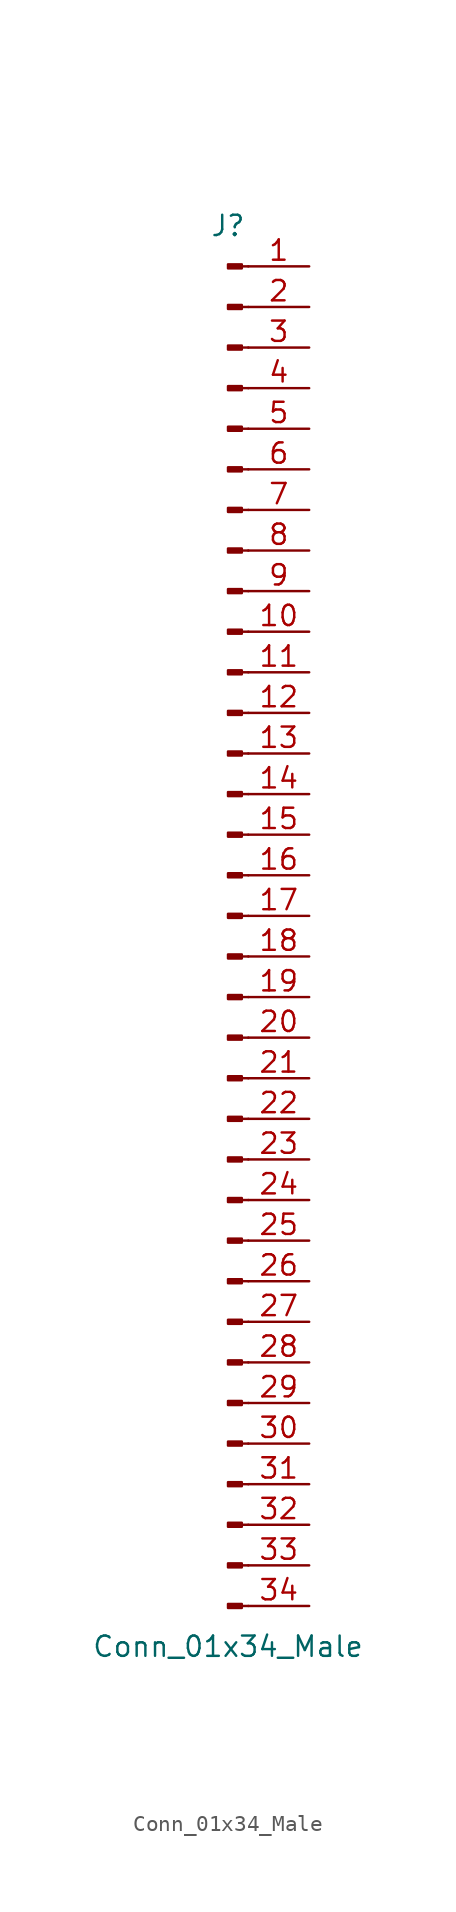
<source format=kicad_sym>
(kicad_symbol_lib
  (version 20220914)
  (generator kicad_symbol_editor)
  (symbol "Conn_01x34_Male"
    (pin_names
      (offset 1.016) hide)
    (property "Reference" "J"
      (at 0 43.18 0)
      (effects (font (size 1.27 1.27))))
    (property "Value" "Conn_01x34_Male"
      (at 0 -45.72 0)
      (effects (font (size 1.27 1.27))))
    (symbol "Conn_01x34_Male_1_1"
      (polyline (pts (xy 1.27 -43.18) (xy 0.864 -43.18)) (stroke (width 0.152) (type solid)) (fill (type none)))
      (polyline (pts (xy 1.27 -40.64) (xy 0.864 -40.64)) (stroke (width 0.152) (type solid)) (fill (type none)))
      (polyline (pts (xy 1.27 -38.1) (xy 0.864 -38.1)) (stroke (width 0.152) (type solid)) (fill (type none)))
      (polyline (pts (xy 1.27 -35.56) (xy 0.864 -35.56)) (stroke (width 0.152) (type solid)) (fill (type none)))
      (polyline (pts (xy 1.27 -33.02) (xy 0.864 -33.02)) (stroke (width 0.152) (type solid)) (fill (type none)))
      (polyline (pts (xy 1.27 -30.48) (xy 0.864 -30.48)) (stroke (width 0.152) (type solid)) (fill (type none)))
      (polyline (pts (xy 1.27 -27.94) (xy 0.864 -27.94)) (stroke (width 0.152) (type solid)) (fill (type none)))
      (polyline (pts (xy 1.27 -25.4) (xy 0.864 -25.4)) (stroke (width 0.152) (type solid)) (fill (type none)))
      (polyline (pts (xy 1.27 -22.86) (xy 0.864 -22.86)) (stroke (width 0.152) (type solid)) (fill (type none)))
      (polyline (pts (xy 1.27 -20.32) (xy 0.864 -20.32)) (stroke (width 0.152) (type solid)) (fill (type none)))
      (polyline (pts (xy 1.27 -17.78) (xy 0.864 -17.78)) (stroke (width 0.152) (type solid)) (fill (type none)))
      (polyline (pts (xy 1.27 -15.24) (xy 0.864 -15.24)) (stroke (width 0.152) (type solid)) (fill (type none)))
      (polyline (pts (xy 1.27 -12.7) (xy 0.864 -12.7)) (stroke (width 0.152) (type solid)) (fill (type none)))
      (polyline (pts (xy 1.27 -10.16) (xy 0.864 -10.16)) (stroke (width 0.152) (type solid)) (fill (type none)))
      (polyline (pts (xy 1.27 -7.62) (xy 0.864 -7.62)) (stroke (width 0.152) (type solid)) (fill (type none)))
      (polyline (pts (xy 1.27 -5.08) (xy 0.864 -5.08)) (stroke (width 0.152) (type solid)) (fill (type none)))
      (polyline (pts (xy 1.27 -2.54) (xy 0.864 -2.54)) (stroke (width 0.152) (type solid)) (fill (type none)))
      (polyline (pts (xy 1.27 0) (xy 0.864 0)) (stroke (width 0.152) (type solid)) (fill (type none)))
      (polyline (pts (xy 1.27 2.54) (xy 0.864 2.54)) (stroke (width 0.152) (type solid)) (fill (type none)))
      (polyline (pts (xy 1.27 5.08) (xy 0.864 5.08)) (stroke (width 0.152) (type solid)) (fill (type none)))
      (polyline (pts (xy 1.27 7.62) (xy 0.864 7.62)) (stroke (width 0.152) (type solid)) (fill (type none)))
      (polyline (pts (xy 1.27 10.16) (xy 0.864 10.16)) (stroke (width 0.152) (type solid)) (fill (type none)))
      (polyline (pts (xy 1.27 12.7) (xy 0.864 12.7)) (stroke (width 0.152) (type solid)) (fill (type none)))
      (polyline (pts (xy 1.27 15.24) (xy 0.864 15.24)) (stroke (width 0.152) (type solid)) (fill (type none)))
      (polyline (pts (xy 1.27 17.78) (xy 0.864 17.78)) (stroke (width 0.152) (type solid)) (fill (type none)))
      (polyline (pts (xy 1.27 20.32) (xy 0.864 20.32)) (stroke (width 0.152) (type solid)) (fill (type none)))
      (polyline (pts (xy 1.27 22.86) (xy 0.864 22.86)) (stroke (width 0.152) (type solid)) (fill (type none)))
      (polyline (pts (xy 1.27 25.4) (xy 0.864 25.4)) (stroke (width 0.152) (type solid)) (fill (type none)))
      (polyline (pts (xy 1.27 27.94) (xy 0.864 27.94)) (stroke (width 0.152) (type solid)) (fill (type none)))
      (polyline (pts (xy 1.27 30.48) (xy 0.864 30.48)) (stroke (width 0.152) (type solid)) (fill (type none)))
      (polyline (pts (xy 1.27 33.02) (xy 0.864 33.02)) (stroke (width 0.152) (type solid)) (fill (type none)))
      (polyline (pts (xy 1.27 35.56) (xy 0.864 35.56)) (stroke (width 0.152) (type solid)) (fill (type none)))
      (polyline (pts (xy 1.27 38.1) (xy 0.864 38.1)) (stroke (width 0.152) (type solid)) (fill (type none)))
      (polyline (pts (xy 1.27 40.64) (xy 0.864 40.64)) (stroke (width 0.152) (type solid)) (fill (type none)))
      (rectangle (start 0.864 -43.053) (end 0 -43.307) (stroke (width 0.152) (type solid)) (fill (type outline)))
      (rectangle (start 0.864 -40.513) (end 0 -40.767) (stroke (width 0.152) (type solid)) (fill (type outline)))
      (rectangle (start 0.864 -37.973) (end 0 -38.227) (stroke (width 0.152) (type solid)) (fill (type outline)))
      (rectangle (start 0.864 -35.433) (end 0 -35.687) (stroke (width 0.152) (type solid)) (fill (type outline)))
      (rectangle (start 0.864 -32.893) (end 0 -33.147) (stroke (width 0.152) (type solid)) (fill (type outline)))
      (rectangle (start 0.864 -30.353) (end 0 -30.607) (stroke (width 0.152) (type solid)) (fill (type outline)))
      (rectangle (start 0.864 -27.813) (end 0 -28.067) (stroke (width 0.152) (type solid)) (fill (type outline)))
      (rectangle (start 0.864 -25.273) (end 0 -25.527) (stroke (width 0.152) (type solid)) (fill (type outline)))
      (rectangle (start 0.864 -22.733) (end 0 -22.987) (stroke (width 0.152) (type solid)) (fill (type outline)))
      (rectangle (start 0.864 -20.193) (end 0 -20.447) (stroke (width 0.152) (type solid)) (fill (type outline)))
      (rectangle (start 0.864 -17.653) (end 0 -17.907) (stroke (width 0.152) (type solid)) (fill (type outline)))
      (rectangle (start 0.864 -15.113) (end 0 -15.367) (stroke (width 0.152) (type solid)) (fill (type outline)))
      (rectangle (start 0.864 -12.573) (end 0 -12.827) (stroke (width 0.152) (type solid)) (fill (type outline)))
      (rectangle (start 0.864 -10.033) (end 0 -10.287) (stroke (width 0.152) (type solid)) (fill (type outline)))
      (rectangle (start 0.864 -7.493) (end 0 -7.747) (stroke (width 0.152) (type solid)) (fill (type outline)))
      (rectangle (start 0.864 -4.953) (end 0 -5.207) (stroke (width 0.152) (type solid)) (fill (type outline)))
      (rectangle (start 0.864 -2.413) (end 0 -2.667) (stroke (width 0.152) (type solid)) (fill (type outline)))
      (rectangle (start 0.864 0.127) (end 0 -0.127) (stroke (width 0.152) (type solid)) (fill (type outline)))
      (rectangle (start 0.864 2.667) (end 0 2.413) (stroke (width 0.152) (type solid)) (fill (type outline)))
      (rectangle (start 0.864 5.207) (end 0 4.953) (stroke (width 0.152) (type solid)) (fill (type outline)))
      (rectangle (start 0.864 7.747) (end 0 7.493) (stroke (width 0.152) (type solid)) (fill (type outline)))
      (rectangle (start 0.864 10.287) (end 0 10.033) (stroke (width 0.152) (type solid)) (fill (type outline)))
      (rectangle (start 0.864 12.827) (end 0 12.573) (stroke (width 0.152) (type solid)) (fill (type outline)))
      (rectangle (start 0.864 15.367) (end 0 15.113) (stroke (width 0.152) (type solid)) (fill (type outline)))
      (rectangle (start 0.864 17.907) (end 0 17.653) (stroke (width 0.152) (type solid)) (fill (type outline)))
      (rectangle (start 0.864 20.447) (end 0 20.193) (stroke (width 0.152) (type solid)) (fill (type outline)))
      (rectangle (start 0.864 22.987) (end 0 22.733) (stroke (width 0.152) (type solid)) (fill (type outline)))
      (rectangle (start 0.864 25.527) (end 0 25.273) (stroke (width 0.152) (type solid)) (fill (type outline)))
      (rectangle (start 0.864 28.067) (end 0 27.813) (stroke (width 0.152) (type solid)) (fill (type outline)))
      (rectangle (start 0.864 30.607) (end 0 30.353) (stroke (width 0.152) (type solid)) (fill (type outline)))
      (rectangle (start 0.864 33.147) (end 0 32.893) (stroke (width 0.152) (type solid)) (fill (type outline)))
      (rectangle (start 0.864 35.687) (end 0 35.433) (stroke (width 0.152) (type solid)) (fill (type outline)))
      (rectangle (start 0.864 38.227) (end 0 37.973) (stroke (width 0.152) (type solid)) (fill (type outline)))
      (rectangle (start 0.864 40.767) (end 0 40.513) (stroke (width 0.152) (type solid)) (fill (type outline)))
      (pin passive line (at 5.08 40.64 180) (length 3.81) (name "Pin_1" (effects (font (size 1.27 1.27)))) (number "1" (effects (font (size 1.27 1.27)))))
      (pin passive line (at 5.08 17.78 180) (length 3.81) (name "Pin_10" (effects (font (size 1.27 1.27)))) (number "10" (effects (font (size 1.27 1.27)))))
      (pin passive line (at 5.08 15.24 180) (length 3.81) (name "Pin_11" (effects (font (size 1.27 1.27)))) (number "11" (effects (font (size 1.27 1.27)))))
      (pin passive line (at 5.08 12.7 180) (length 3.81) (name "Pin_12" (effects (font (size 1.27 1.27)))) (number "12" (effects (font (size 1.27 1.27)))))
      (pin passive line (at 5.08 10.16 180) (length 3.81) (name "Pin_13" (effects (font (size 1.27 1.27)))) (number "13" (effects (font (size 1.27 1.27)))))
      (pin passive line (at 5.08 7.62 180) (length 3.81) (name "Pin_14" (effects (font (size 1.27 1.27)))) (number "14" (effects (font (size 1.27 1.27)))))
      (pin passive line (at 5.08 5.08 180) (length 3.81) (name "Pin_15" (effects (font (size 1.27 1.27)))) (number "15" (effects (font (size 1.27 1.27)))))
      (pin passive line (at 5.08 2.54 180) (length 3.81) (name "Pin_16" (effects (font (size 1.27 1.27)))) (number "16" (effects (font (size 1.27 1.27)))))
      (pin passive line (at 5.08 0 180) (length 3.81) (name "Pin_17" (effects (font (size 1.27 1.27)))) (number "17" (effects (font (size 1.27 1.27)))))
      (pin passive line (at 5.08 -2.54 180) (length 3.81) (name "Pin_18" (effects (font (size 1.27 1.27)))) (number "18" (effects (font (size 1.27 1.27)))))
      (pin passive line (at 5.08 -5.08 180) (length 3.81) (name "Pin_19" (effects (font (size 1.27 1.27)))) (number "19" (effects (font (size 1.27 1.27)))))
      (pin passive line (at 5.08 38.1 180) (length 3.81) (name "Pin_2" (effects (font (size 1.27 1.27)))) (number "2" (effects (font (size 1.27 1.27)))))
      (pin passive line (at 5.08 -7.62 180) (length 3.81) (name "Pin_20" (effects (font (size 1.27 1.27)))) (number "20" (effects (font (size 1.27 1.27)))))
      (pin passive line (at 5.08 -10.16 180) (length 3.81) (name "Pin_21" (effects (font (size 1.27 1.27)))) (number "21" (effects (font (size 1.27 1.27)))))
      (pin passive line (at 5.08 -12.7 180) (length 3.81) (name "Pin_22" (effects (font (size 1.27 1.27)))) (number "22" (effects (font (size 1.27 1.27)))))
      (pin passive line (at 5.08 -15.24 180) (length 3.81) (name "Pin_23" (effects (font (size 1.27 1.27)))) (number "23" (effects (font (size 1.27 1.27)))))
      (pin passive line (at 5.08 -17.78 180) (length 3.81) (name "Pin_24" (effects (font (size 1.27 1.27)))) (number "24" (effects (font (size 1.27 1.27)))))
      (pin passive line (at 5.08 -20.32 180) (length 3.81) (name "Pin_25" (effects (font (size 1.27 1.27)))) (number "25" (effects (font (size 1.27 1.27)))))
      (pin passive line (at 5.08 -22.86 180) (length 3.81) (name "Pin_26" (effects (font (size 1.27 1.27)))) (number "26" (effects (font (size 1.27 1.27)))))
      (pin passive line (at 5.08 -25.4 180) (length 3.81) (name "Pin_27" (effects (font (size 1.27 1.27)))) (number "27" (effects (font (size 1.27 1.27)))))
      (pin passive line (at 5.08 -27.94 180) (length 3.81) (name "Pin_28" (effects (font (size 1.27 1.27)))) (number "28" (effects (font (size 1.27 1.27)))))
      (pin passive line (at 5.08 -30.48 180) (length 3.81) (name "Pin_29" (effects (font (size 1.27 1.27)))) (number "29" (effects (font (size 1.27 1.27)))))
      (pin passive line (at 5.08 35.56 180) (length 3.81) (name "Pin_3" (effects (font (size 1.27 1.27)))) (number "3" (effects (font (size 1.27 1.27)))))
      (pin passive line (at 5.08 -33.02 180) (length 3.81) (name "Pin_30" (effects (font (size 1.27 1.27)))) (number "30" (effects (font (size 1.27 1.27)))))
      (pin passive line (at 5.08 -35.56 180) (length 3.81) (name "Pin_31" (effects (font (size 1.27 1.27)))) (number "31" (effects (font (size 1.27 1.27)))))
      (pin passive line (at 5.08 -38.1 180) (length 3.81) (name "Pin_32" (effects (font (size 1.27 1.27)))) (number "32" (effects (font (size 1.27 1.27)))))
      (pin passive line (at 5.08 -40.64 180) (length 3.81) (name "Pin_33" (effects (font (size 1.27 1.27)))) (number "33" (effects (font (size 1.27 1.27)))))
      (pin passive line (at 5.08 -43.18 180) (length 3.81) (name "Pin_34" (effects (font (size 1.27 1.27)))) (number "34" (effects (font (size 1.27 1.27)))))
      (pin passive line (at 5.08 33.02 180) (length 3.81) (name "Pin_4" (effects (font (size 1.27 1.27)))) (number "4" (effects (font (size 1.27 1.27)))))
      (pin passive line (at 5.08 30.48 180) (length 3.81) (name "Pin_5" (effects (font (size 1.27 1.27)))) (number "5" (effects (font (size 1.27 1.27)))))
      (pin passive line (at 5.08 27.94 180) (length 3.81) (name "Pin_6" (effects (font (size 1.27 1.27)))) (number "6" (effects (font (size 1.27 1.27)))))
      (pin passive line (at 5.08 25.4 180) (length 3.81) (name "Pin_7" (effects (font (size 1.27 1.27)))) (number "7" (effects (font (size 1.27 1.27)))))
      (pin passive line (at 5.08 22.86 180) (length 3.81) (name "Pin_8" (effects (font (size 1.27 1.27)))) (number "8" (effects (font (size 1.27 1.27)))))
      (pin passive line (at 5.08 20.32 180) (length 3.81) (name "Pin_9" (effects (font (size 1.27 1.27)))) (number "9" (effects (font (size 1.27 1.27))))))))
</source>
